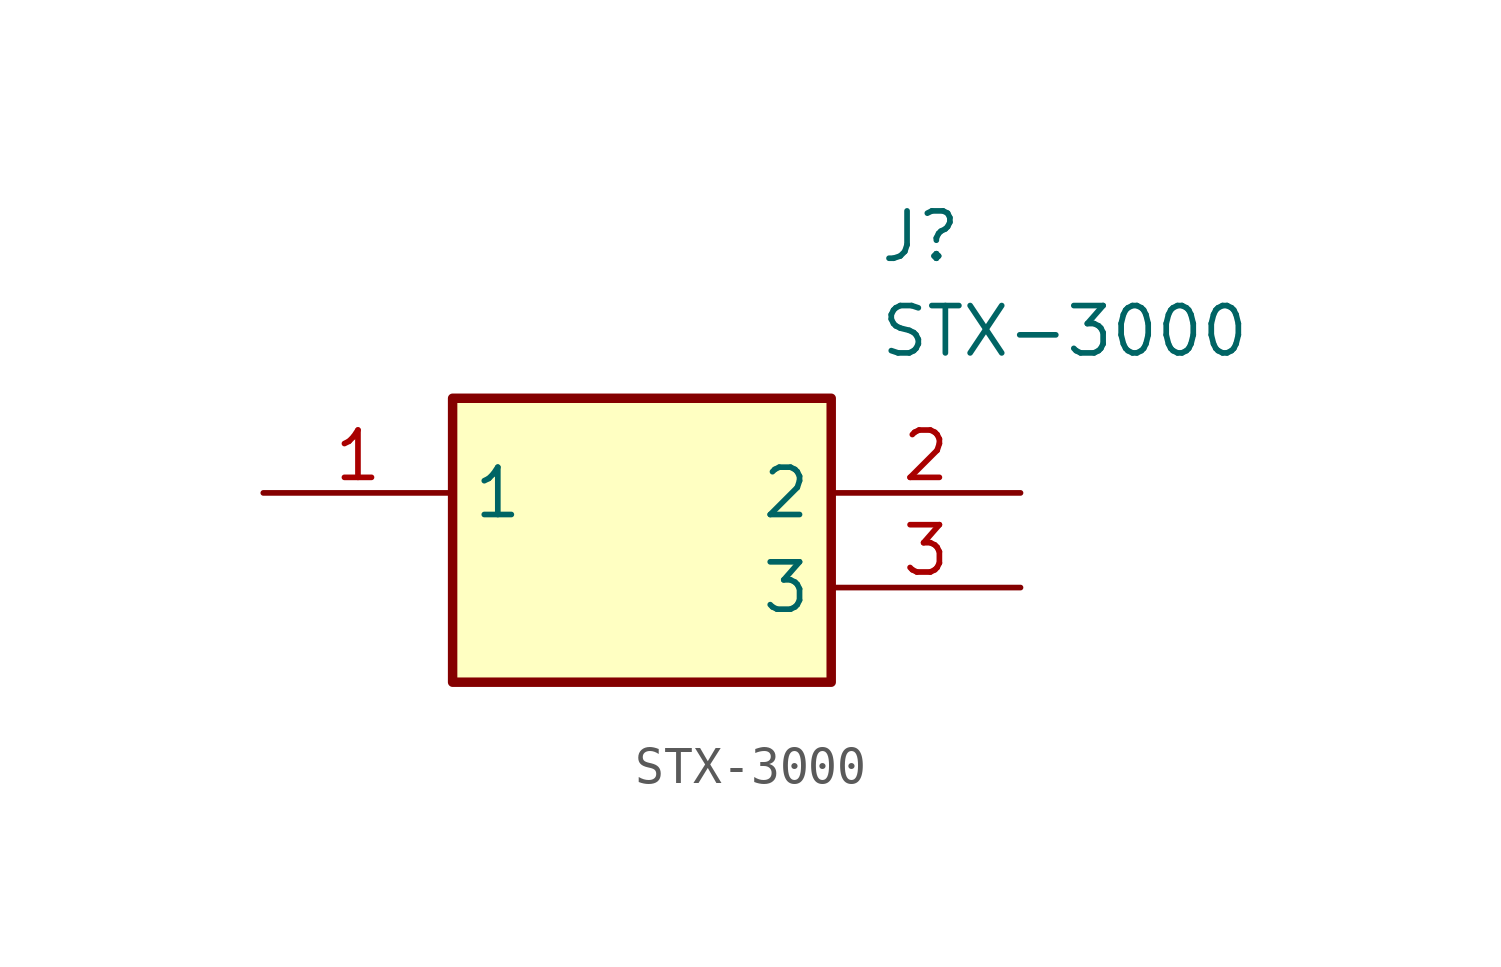
<source format=kicad_sym>
(kicad_symbol_lib
  (version 20211014)
  (generator SamacSys_ECAD_Model)
  (symbol "STX-3000"
    (property "Reference" "J"
      (at 16.51 7.62 0)
      (effects (font (size 1.27 1.27)) (justify left top)))
    (property "Value" "STX-3000"
      (at 16.51 5.08 0)
      (effects (font (size 1.27 1.27)) (justify left top)))
    (rectangle
      (start 5.08 2.54)
      (end 15.24 -5.08)
      (stroke (width 0.254) (type default))
      (fill (type background)))
    (pin passive line
      (at 0 0 0)
      (length 5.08)
      (name "1" (effects (font (size 1.27 1.27))))
      (number "1" (effects (font (size 1.27 1.27)))))
    (pin passive line
      (at 20.32 0 180)
      (length 5.08)
      (name "2" (effects (font (size 1.27 1.27))))
      (number "2" (effects (font (size 1.27 1.27)))))
    (pin passive line
      (at 20.32 -2.54 180)
      (length 5.08)
      (name "3" (effects (font (size 1.27 1.27))))
      (number "3" (effects (font (size 1.27 1.27)))))))
</source>
